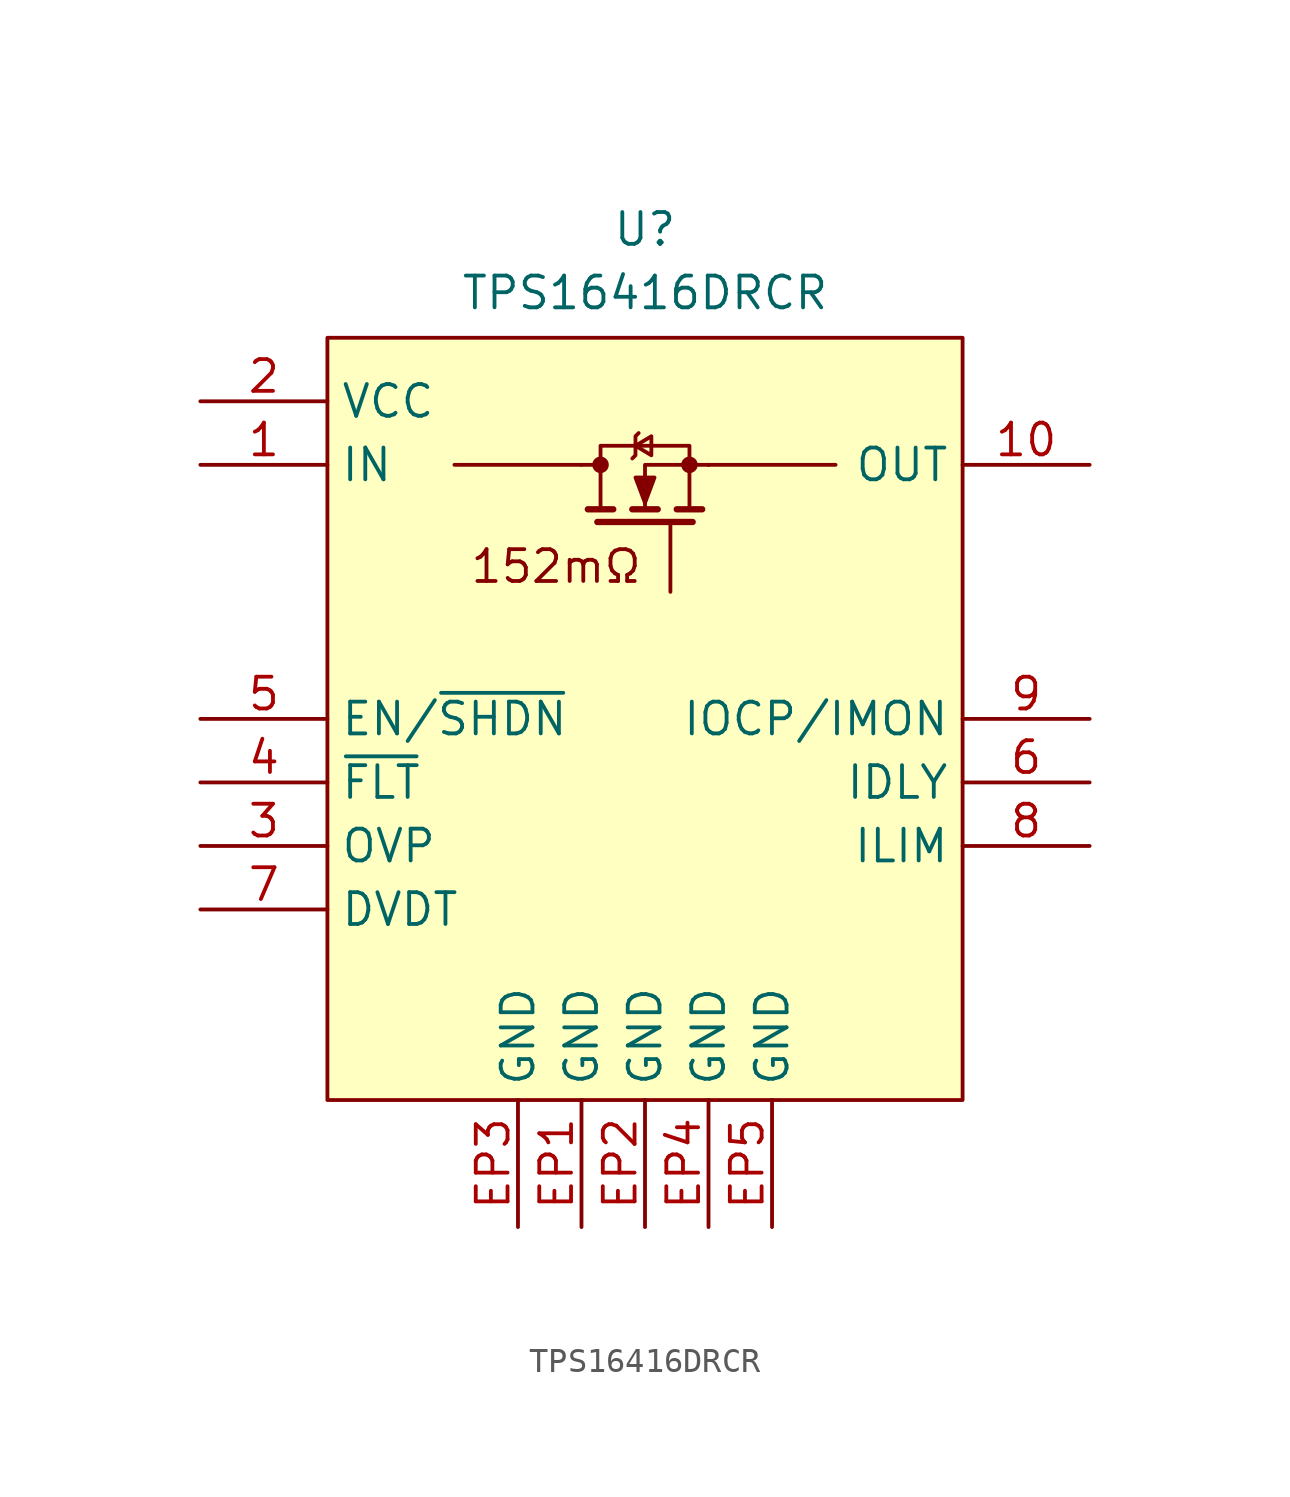
<source format=kicad_sym>
(kicad_symbol_lib
  (version 20231120)
  (generator "kicad_symbol_editor")
  (generator_version "8.0")
  (symbol "TPS16416DRCR"
    (property "Reference" "U"
      (at 0 5.08 0)
      (effects (font (size 1.27 1.27)) (justify top)))
    (property "Value" "TPS16416DRCR"
      (at 0 2.54 0)
      (effects (font (size 1.27 1.27)) (justify top)))
    (symbol "TPS16416DRCR_0_1"
      (circle (center -1.778 -5.08) (radius 0.254) (stroke (width 0) (type default)) (fill (type outline)))
      (polyline (pts (xy -2.54 -5.08) (xy -7.62 -5.08)) (stroke (width 0) (type default)) (fill (type none)))
      (polyline (pts (xy -2.54 -5.08) (xy -1.778 -5.08)) (stroke (width 0) (type default)) (fill (type none)))
      (polyline (pts (xy -2.286 -6.858) (xy -1.27 -6.858)) (stroke (width 0.254) (type default)) (fill (type none)))
      (polyline (pts (xy -1.905 -7.366) (xy 1.905 -7.366)) (stroke (width 0.254) (type default)) (fill (type none)))
      (polyline (pts (xy -0.508 -6.858) (xy 0.508 -6.858)) (stroke (width 0.254) (type default)) (fill (type none)))
      (polyline (pts (xy 1.016 -7.366) (xy 1.016 -10.16)) (stroke (width 0) (type default)) (fill (type none)))
      (polyline (pts (xy 1.27 -6.858) (xy 2.286 -6.858)) (stroke (width 0.254) (type default)) (fill (type none)))
      (polyline (pts (xy 2.54 -5.08) (xy 2.54 -5.08)) (stroke (width 0) (type default)) (fill (type none)))
      (polyline (pts (xy 2.54 -5.08) (xy 7.62 -5.08)) (stroke (width 0) (type default)) (fill (type none)))
      (polyline (pts (xy 2.54 -5.08) (xy 0 -5.08) (xy 0 -6.858)) (stroke (width 0) (type default)) (fill (type none)))
      (polyline (pts (xy -0.508 -4.826) (xy -0.381 -4.699) (xy -0.381 -3.937) (xy -0.254 -3.81)) (stroke (width 0) (type default)) (fill (type none)))
      (polyline (pts (xy -0.381 -4.318) (xy 0.254 -4.699) (xy 0.254 -3.937) (xy -0.381 -4.318)) (stroke (width 0) (type default)) (fill (type none)))
      (polyline (pts (xy 0 -6.604) (xy -0.381 -5.588) (xy 0.381 -5.588) (xy 0 -6.604)) (stroke (width 0) (type default)) (fill (type outline)))
      (polyline (pts (xy 1.778 -6.858) (xy 1.778 -4.318) (xy -1.778 -4.318) (xy -1.778 -6.858)) (stroke (width 0) (type default)) (fill (type none)))
      (circle (center 1.778 -5.08) (radius 0.254) (stroke (width 0) (type default)) (fill (type outline))))
    (symbol "TPS16416DRCR_1_1"
      (rectangle (start -12.7 0) (end 12.7 -30.48) (stroke (width 0) (type default)) (fill (type background)))
      (text "152mΩ" (at -3.556 -9.144 0) (effects (font (size 1.27 1.27))))
      (pin passive line (at -17.78 -5.08 0) (length 5.08) (name "IN" (effects (font (size 1.27 1.27)))) (number "1" (effects (font (size 1.27 1.27)))))
      (pin passive line (at 17.78 -5.08 180) (length 5.08) (name "OUT" (effects (font (size 1.27 1.27)))) (number "10" (effects (font (size 1.27 1.27)))))
      (pin passive line (at -17.78 -2.54 0) (length 5.08) (name "VCC" (effects (font (size 1.27 1.27)))) (number "2" (effects (font (size 1.27 1.27)))))
      (pin passive line (at -17.78 -20.32 0) (length 5.08) (name "OVP" (effects (font (size 1.27 1.27)))) (number "3" (effects (font (size 1.27 1.27)))))
      (pin passive line (at -17.78 -17.78 0) (length 5.08) (name "~{FLT}" (effects (font (size 1.27 1.27)))) (number "4" (effects (font (size 1.27 1.27)))))
      (pin passive line (at -17.78 -15.24 0) (length 5.08) (name "EN/~{SHDN}" (effects (font (size 1.27 1.27)))) (number "5" (effects (font (size 1.27 1.27)))))
      (pin passive line (at 17.78 -17.78 180) (length 5.08) (name "IDLY" (effects (font (size 1.27 1.27)))) (number "6" (effects (font (size 1.27 1.27)))))
      (pin passive line (at -17.78 -22.86 0) (length 5.08) (name "DVDT" (effects (font (size 1.27 1.27)))) (number "7" (effects (font (size 1.27 1.27)))))
      (pin passive line (at 17.78 -20.32 180) (length 5.08) (name "ILIM" (effects (font (size 1.27 1.27)))) (number "8" (effects (font (size 1.27 1.27)))))
      (pin passive line (at 17.78 -15.24 180) (length 5.08) (name "IOCP/IMON" (effects (font (size 1.27 1.27)))) (number "9" (effects (font (size 1.27 1.27)))))
      (pin passive line (at -2.54 -35.56 90) (length 5.08) (name "GND" (effects (font (size 1.27 1.27)))) (number "EP1" (effects (font (size 1.27 1.27)))))
      (pin passive line (at 0 -35.56 90) (length 5.08) (name "GND" (effects (font (size 1.27 1.27)))) (number "EP2" (effects (font (size 1.27 1.27)))))
      (pin passive line (at -5.08 -35.56 90) (length 5.08) (name "GND" (effects (font (size 1.27 1.27)))) (number "EP3" (effects (font (size 1.27 1.27)))))
      (pin passive line (at 2.54 -35.56 90) (length 5.08) (name "GND" (effects (font (size 1.27 1.27)))) (number "EP4" (effects (font (size 1.27 1.27)))))
      (pin passive line (at 5.08 -35.56 90) (length 5.08) (name "GND" (effects (font (size 1.27 1.27)))) (number "EP5" (effects (font (size 1.27 1.27))))))))
</source>
